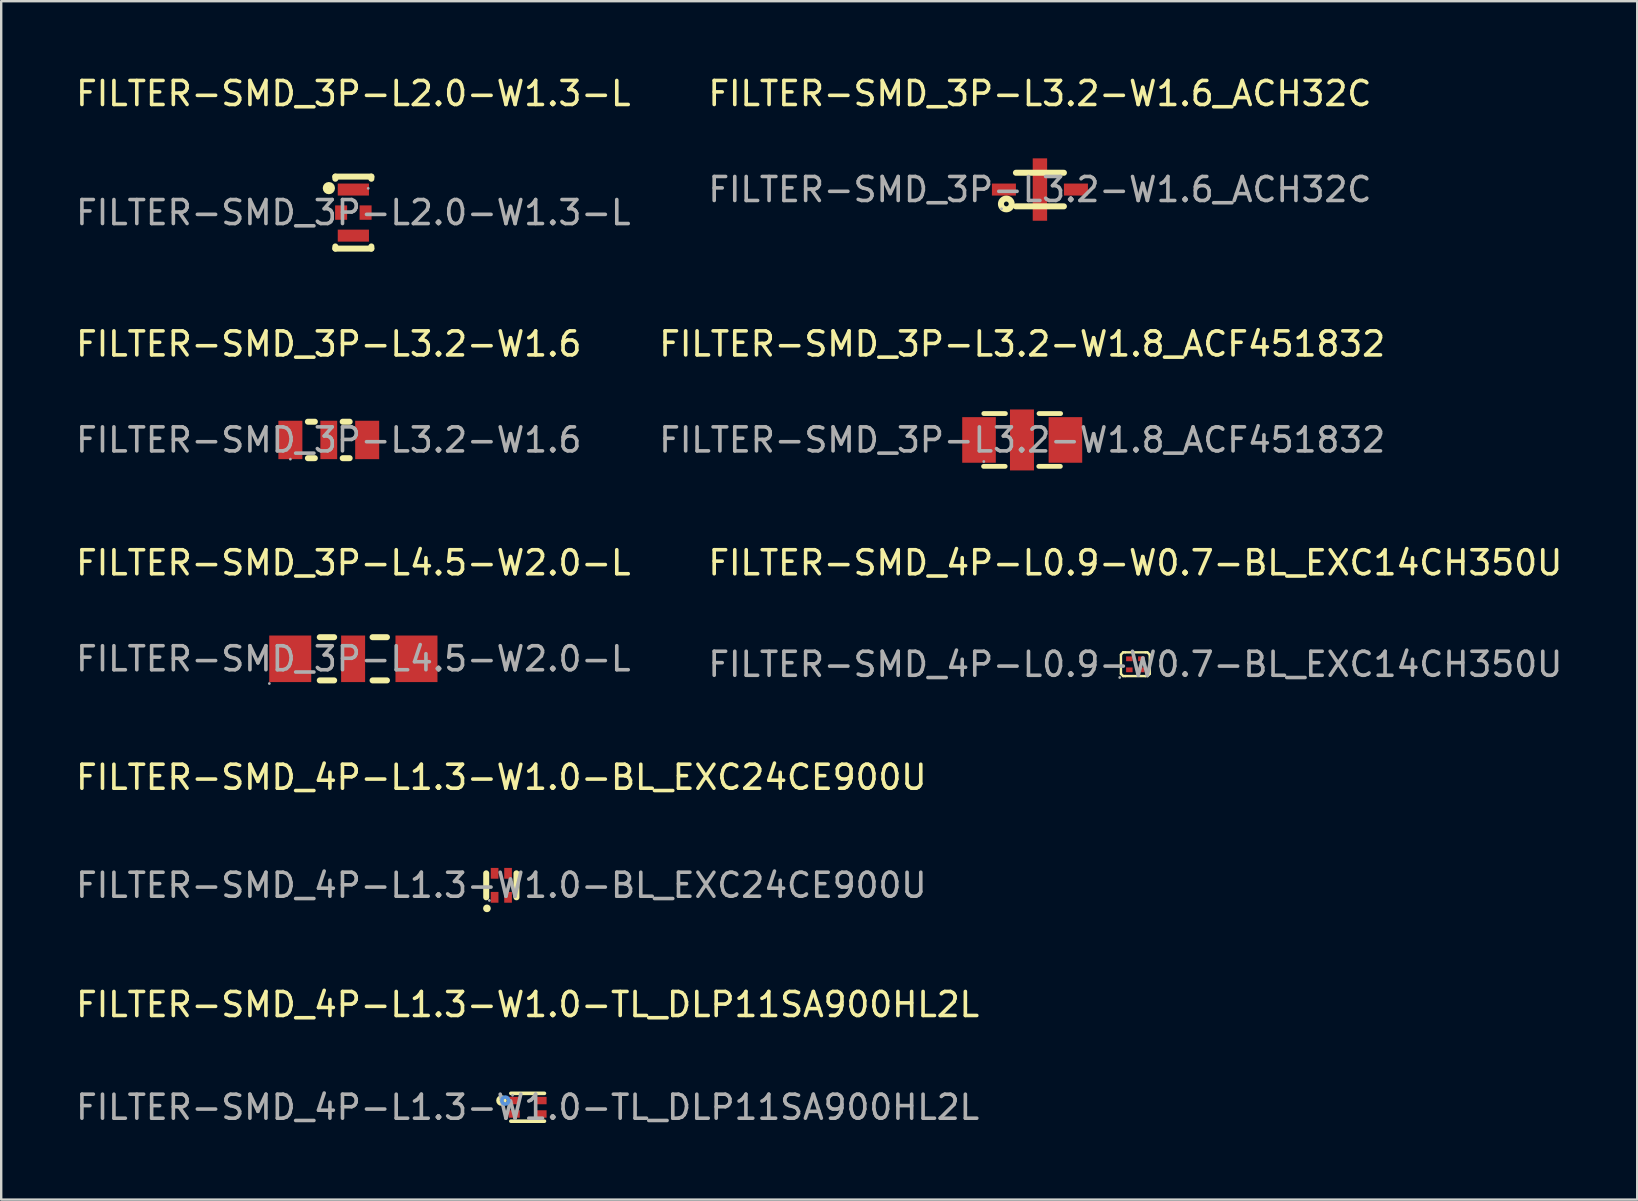
<source format=kicad_pcb>
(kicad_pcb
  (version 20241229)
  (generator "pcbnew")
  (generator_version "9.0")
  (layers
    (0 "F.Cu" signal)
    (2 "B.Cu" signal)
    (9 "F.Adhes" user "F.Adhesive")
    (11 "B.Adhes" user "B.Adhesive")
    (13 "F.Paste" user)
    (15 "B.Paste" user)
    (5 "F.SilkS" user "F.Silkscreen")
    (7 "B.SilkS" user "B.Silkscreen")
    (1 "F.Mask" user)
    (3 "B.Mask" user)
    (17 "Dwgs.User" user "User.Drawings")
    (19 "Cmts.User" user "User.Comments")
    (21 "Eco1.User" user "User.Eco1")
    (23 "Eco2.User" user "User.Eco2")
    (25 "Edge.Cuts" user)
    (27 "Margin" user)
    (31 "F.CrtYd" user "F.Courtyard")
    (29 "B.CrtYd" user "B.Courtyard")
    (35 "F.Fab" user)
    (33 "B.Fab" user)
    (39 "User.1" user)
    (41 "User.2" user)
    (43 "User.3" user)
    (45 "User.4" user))
  (footprint "FILTER-SMD_3P-L3.2-W1.6"
    (layer "F.Cu")
    (at 10.649 15.281)
    (property "Reference" "FILTER-SMD_3P-L3.2-W1.6" (at 0 -4 0) (layer "F.SilkS") (effects (font (size 1 1) (thickness 0.15))))
    (attr through_hole)
    (fp_line (start -0.87 -0.76) (end -0.58 -0.76) (stroke (width 0.25) (type solid)) (layer "F.SilkS"))
    (fp_line (start -0.87 0.76) (end -0.58 0.76) (stroke (width 0.25) (type solid)) (layer "F.SilkS"))
    (fp_line (start 0.58 -0.76) (end 0.87 -0.76) (stroke (width 0.25) (type solid)) (layer "F.SilkS"))
    (fp_line (start 0.58 0.76) (end 0.87 0.76) (stroke (width 0.25) (type solid)) (layer "F.SilkS"))
    (fp_circle (center -1.6 0.8) (end -1.57 0.8) (stroke (width 0.06) (type solid)) (fill no) (layer "F.Fab"))
    (fp_text user "${REFERENCE}" (at 0 0 0) (layer "F.Fab") (effects (font (size 1 1) (thickness 0.15))))
    (pad "1" smd rect (at -1.6 0) (size 1 1.6) (layers "F.Cu" "F.Mask" "F.Paste"))
    (pad "2" smd rect (at 0 0) (size 0.7 1.6) (layers "F.Cu" "F.Mask" "F.Paste"))
    (pad "3" smd rect (at 1.6 0) (size 1 1.6) (layers "F.Cu" "F.Mask" "F.Paste")))
  (footprint "FILTER-SMD_3P-L4.5-W2.0-L"
    (layer "F.Cu")
    (at 11.673 24.4)
    (property "Reference" "FILTER-SMD_3P-L4.5-W2.0-L" (at 0 -4 0) (layer "F.SilkS") (effects (font (size 1 1) (thickness 0.15))))
    (attr through_hole)
    (fp_line (start -1.4 -0.9) (end -0.8 -0.9) (stroke (width 0.25) (type solid)) (layer "F.SilkS"))
    (fp_line (start -1.4 0.9) (end -0.8 0.9) (stroke (width 0.25) (type solid)) (layer "F.SilkS"))
    (fp_line (start 0.8 -0.9) (end 1.4 -0.9) (stroke (width 0.25) (type solid)) (layer "F.SilkS"))
    (fp_line (start 0.8 0.9) (end 1.4 0.9) (stroke (width 0.25) (type solid)) (layer "F.SilkS"))
    (fp_circle (center -3.5 1.03) (end -3.47 1.03) (stroke (width 0.06) (type solid)) (fill no) (layer "F.Fab"))
    (fp_text user "${REFERENCE}" (at 0 0 0) (layer "F.Fab") (effects (font (size 1 1) (thickness 0.15))))
    (pad "1" smd rect (at -2.63 0 180) (size 1.75 1.94) (layers "F.Cu" "F.Mask" "F.Paste"))
    (pad "2" smd rect (at -0.01 0 180) (size 1 1.94) (layers "F.Cu" "F.Mask" "F.Paste"))
    (pad "3" smd rect (at 2.63 0 180) (size 1.75 1.94) (layers "F.Cu" "F.Mask" "F.Paste")))
  (footprint "FILTER-SMD_4P-L1.3-W1.0-TL_DLP11SA900HL2L"
    (layer "F.Cu")
    (at 18.935 43.086)
    (property "Reference" "FILTER-SMD_4P-L1.3-W1.0-TL_DLP11SA900HL2L" (at 0 -4.28 0) (layer "F.SilkS") (effects (font (size 1 1) (thickness 0.15))))
    (attr through_hole)
    (fp_line (start -0.7 -0.58) (end 0.7 -0.58) (stroke (width 0.15) (type solid)) (layer "F.SilkS"))
    (fp_line (start -0.7 0.58) (end 0.7 0.58) (stroke (width 0.15) (type solid)) (layer "F.SilkS"))
    (fp_circle (center -1.09 -0.28) (end -1.02 -0.28) (stroke (width 0.15) (type solid)) (fill no) (layer "F.SilkS"))
    (fp_circle (center -0.93 -0.28) (end -0.86 -0.28) (stroke (width 0.15) (type solid)) (fill no) (layer "Cmts.User"))
    (fp_circle (center -0.63 -0.5) (end -0.6 -0.5) (stroke (width 0.06) (type solid)) (fill no) (layer "F.Fab"))
    (fp_text user "${REFERENCE}" (at 0 0 0) (layer "F.Fab") (effects (font (size 1 1) (thickness 0.15))))
    (pad "1" smd rect (at -0.56 -0.28) (size 0.46 0.31) (layers "F.Cu" "F.Mask" "F.Paste"))
    (pad "2" smd rect (at -0.56 0.28) (size 0.46 0.31) (layers "F.Cu" "F.Mask" "F.Paste"))
    (pad "3" smd rect (at 0.56 0.28) (size 0.46 0.31) (layers "F.Cu" "F.Mask" "F.Paste"))
    (pad "4" smd rect (at 0.56 -0.28) (size 0.46 0.31) (layers "F.Cu" "F.Mask" "F.Paste")))
  (footprint "FILTER-SMD_3P-L2.0-W1.3-L"
    (layer "F.Cu")
    (at 11.673 5.808)
    (property "Reference" "FILTER-SMD_3P-L2.0-W1.3-L" (at 0 -4.96 0) (layer "F.SilkS") (effects (font (size 1 1) (thickness 0.15))))
    (attr through_hole)
    (fp_line (start -0.75 -1.5) (end -0.75 -1.41) (stroke (width 0.25) (type solid)) (layer "F.SilkS"))
    (fp_line (start -0.75 -1.5) (end 0.75 -1.5) (stroke (width 0.25) (type solid)) (layer "F.SilkS"))
    (fp_line (start -0.75 1.5) (end -0.75 1.41) (stroke (width 0.25) (type solid)) (layer "F.SilkS"))
    (fp_line (start 0.75 -1.5) (end 0.75 -1.41) (stroke (width 0.25) (type solid)) (layer "F.SilkS"))
    (fp_line (start 0.75 1.5) (end -0.75 1.5) (stroke (width 0.25) (type solid)) (layer "F.SilkS"))
    (fp_line (start 0.75 1.5) (end 0.75 1.41) (stroke (width 0.25) (type solid)) (layer "F.SilkS"))
    (fp_circle (center -1.02 -1.02) (end -0.89 -1.02) (stroke (width 0.25) (type solid)) (fill no) (layer "F.SilkS"))
    (fp_circle (center 0.62 -1.01) (end 0.65 -1.01) (stroke (width 0.06) (type solid)) (fill no) (layer "F.Fab"))
    (fp_text user "${REFERENCE}" (at 0 0 0) (layer "F.Fab") (effects (font (size 1 1) (thickness 0.15))))
    (pad "1" smd rect (at 0 -0.96 180) (size 1.3 0.5) (layers "F.Cu" "F.Mask" "F.Paste"))
    (pad "2" smd rect (at -0.51 0 90) (size 0.6 0.5) (layers "F.Cu" "F.Mask" "F.Paste"))
    (pad "2" smd rect (at 0.51 0 90) (size 0.6 0.5) (layers "F.Cu" "F.Mask" "F.Paste"))
    (pad "3" smd rect (at 0 0.96 180) (size 1.3 0.5) (layers "F.Cu" "F.Mask" "F.Paste")))
  (footprint "FILTER-SMD_3P-L3.2-W1.8_ACF451832"
    (layer "F.Cu")
    (at 39.542 15.281)
    (property "Reference" "FILTER-SMD_3P-L3.2-W1.8_ACF451832" (at 0 -4 0) (layer "F.SilkS") (effects (font (size 1 1) (thickness 0.15))))
    (attr through_hole)
    (fp_line (start -0.71 1.1) (end -1.61 1.1) (stroke (width 0.2) (type solid)) (layer "F.SilkS"))
    (fp_line (start -0.7 -1.1) (end -1.6 -1.1) (stroke (width 0.2) (type solid)) (layer "F.SilkS"))
    (fp_line (start 0.69 1.1) (end 1.59 1.1) (stroke (width 0.2) (type solid)) (layer "F.SilkS"))
    (fp_line (start 0.7 -1.1) (end 1.6 -1.1) (stroke (width 0.2) (type solid)) (layer "F.SilkS"))
    (fp_circle (center -1.6 0.9) (end -1.57 0.9) (stroke (width 0.06) (type solid)) (fill no) (layer "F.Fab"))
    (fp_text user "${REFERENCE}" (at 0 0 0) (layer "F.Fab") (effects (font (size 1 1) (thickness 0.15))))
    (pad "1" smd rect (at -1.8 0 180) (size 1.4 1.9) (layers "F.Cu" "F.Mask" "F.Paste"))
    (pad "2" smd rect (at -0.01 0 180) (size 1 2.54) (layers "F.Cu" "F.Mask" "F.Paste"))
    (pad "3" smd rect (at 1.8 0 180) (size 1.4 1.9) (layers "F.Cu" "F.Mask" "F.Paste")))
  (footprint "FILTER-SMD_4P-L1.3-W1.0-BL_EXC24CE900U"
    (layer "F.Cu")
    (at 17.839 33.838)
    (property "Reference" "FILTER-SMD_4P-L1.3-W1.0-BL_EXC24CE900U" (at 0 -4.5 0) (layer "F.SilkS") (effects (font (size 1 1) (thickness 0.15))))
    (attr through_hole)
    (fp_line (start -0.63 -0.5) (end -0.63 0.5) (stroke (width 0.25) (type solid)) (layer "F.SilkS"))
    (fp_line (start 0.63 -0.5) (end 0.63 0.5) (stroke (width 0.25) (type solid)) (layer "F.SilkS"))
    (fp_circle (center -0.6 0.96) (end -0.52 0.96) (stroke (width 0.16) (type solid)) (fill no) (layer "F.SilkS"))
    (fp_circle (center -0.5 0.63) (end -0.47 0.63) (stroke (width 0.06) (type solid)) (fill no) (layer "F.Fab"))
    (fp_text user "${REFERENCE}" (at 0 0 0) (layer "F.Fab") (effects (font (size 1 1) (thickness 0.15))))
    (pad "1" smd rect (at -0.28 0.5 90) (size 0.45 0.32) (layers "F.Cu" "F.Mask" "F.Paste"))
    (pad "2" smd rect (at 0.28 0.5 90) (size 0.45 0.32) (layers "F.Cu" "F.Mask" "F.Paste"))
    (pad "3" smd rect (at 0.28 -0.5 90) (size 0.45 0.32) (layers "F.Cu" "F.Mask" "F.Paste"))
    (pad "4" smd rect (at -0.28 -0.5 90) (size 0.45 0.32) (layers "F.Cu" "F.Mask" "F.Paste")))
  (footprint "FILTER-SMD_4P-L0.9-W0.7-BL_EXC14CH350U"
    (layer "F.Cu")
    (at 44.256 24.63)
    (property "Reference" "FILTER-SMD_4P-L0.9-W0.7-BL_EXC14CH350U" (at 0 -4.23 0) (layer "F.SilkS") (effects (font (size 1 1) (thickness 0.15))))
    (attr through_hole)
    (fp_line (start -0.6 0.4) (end -0.6 -0.4) (stroke (width 0.1) (type solid)) (layer "F.SilkS"))
    (fp_line (start -0.51 -0.5) (end -0.6 -0.4) (stroke (width 0.1) (type solid)) (layer "F.SilkS"))
    (fp_line (start -0.51 0.49) (end -0.6 0.4) (stroke (width 0.1) (type solid)) (layer "F.SilkS"))
    (fp_line (start -0.42 -0.5) (end -0.51 -0.5) (stroke (width 0.1) (type solid)) (layer "F.SilkS"))
    (fp_line (start -0.42 -0.5) (end 0.42 -0.5) (stroke (width 0.1) (type solid)) (layer "F.SilkS"))
    (fp_line (start -0.42 0.49) (end -0.51 0.49) (stroke (width 0.1) (type solid)) (layer "F.SilkS"))
    (fp_line (start -0.42 0.49) (end 0.42 0.49) (stroke (width 0.1) (type solid)) (layer "F.SilkS"))
    (fp_line (start 0.42 -0.5) (end 0.5 -0.5) (stroke (width 0.1) (type solid)) (layer "F.SilkS"))
    (fp_line (start 0.42 0.49) (end 0.51 0.49) (stroke (width 0.1) (type solid)) (layer "F.SilkS"))
    (fp_line (start 0.5 -0.5) (end 0.6 -0.4) (stroke (width 0.1) (type solid)) (layer "F.SilkS"))
    (fp_line (start 0.51 0.49) (end 0.6 0.4) (stroke (width 0.1) (type solid)) (layer "F.SilkS"))
    (fp_line (start 0.6 0.4) (end 0.6 -0.4) (stroke (width 0.1) (type solid)) (layer "F.SilkS"))
    (fp_circle (center -0.65 0.55) (end -0.62 0.55) (stroke (width 0.06) (type solid)) (fill no) (layer "F.Fab"))
    (fp_text user "${REFERENCE}" (at 0 0 0) (layer "F.Fab") (effects (font (size 1 1) (thickness 0.15))))
    (pad "1" smd rect (at -0.25 0.23 90) (size 0.2 0.27) (layers "F.Cu" "F.Mask" "F.Paste"))
    (pad "2" smd rect (at 0.25 0.23 90) (size 0.2 0.27) (layers "F.Cu" "F.Mask" "F.Paste"))
    (pad "3" smd rect (at 0.25 -0.23 90) (size 0.2 0.27) (layers "F.Cu" "F.Mask" "F.Paste"))
    (pad "4" smd rect (at -0.25 -0.23 90) (size 0.2 0.27) (layers "F.Cu" "F.Mask" "F.Paste")))
  (footprint "FILTER-SMD_3P-L3.2-W1.6_ACH32C"
    (layer "F.Cu")
    (at 40.28 4.848)
    (property "Reference" "FILTER-SMD_3P-L3.2-W1.6_ACH32C" (at 0 -4 0) (layer "F.SilkS") (effects (font (size 1 1) (thickness 0.15))))
    (attr through_hole)
    (fp_line (start -1 -0.7) (end 1 -0.7) (stroke (width 0.25) (type solid)) (layer "F.SilkS"))
    (fp_line (start -1 0.7) (end 1 0.7) (stroke (width 0.25) (type solid)) (layer "F.SilkS"))
    (fp_circle (center -1.4 0.6) (end -1.3 0.6) (stroke (width 0.25) (type solid)) (fill no) (layer "F.SilkS"))
    (fp_circle (center -1.6 0.8) (end -1.57 0.8) (stroke (width 0.06) (type solid)) (fill no) (layer "F.Fab"))
    (fp_text user "${REFERENCE}" (at 0 0 0) (layer "F.Fab") (effects (font (size 1 1) (thickness 0.15))))
    (pad "1" smd rect (at -1.5 0 270) (size 0.5 1) (layers "F.Cu" "F.Mask" "F.Paste"))
    (pad "2" smd rect (at 0 0 180) (size 0.6 2.6) (layers "F.Cu" "F.Mask" "F.Paste"))
    (pad "3" smd rect (at 1.5 0 270) (size 0.5 1) (layers "F.Cu" "F.Mask" "F.Paste")))
  (gr_rect
    (start -3 -3)
    (end 65.167 46.934)
    (stroke (width 0.1) (type default))
    (fill no)
    (layer "Edge.Cuts")))
</source>
